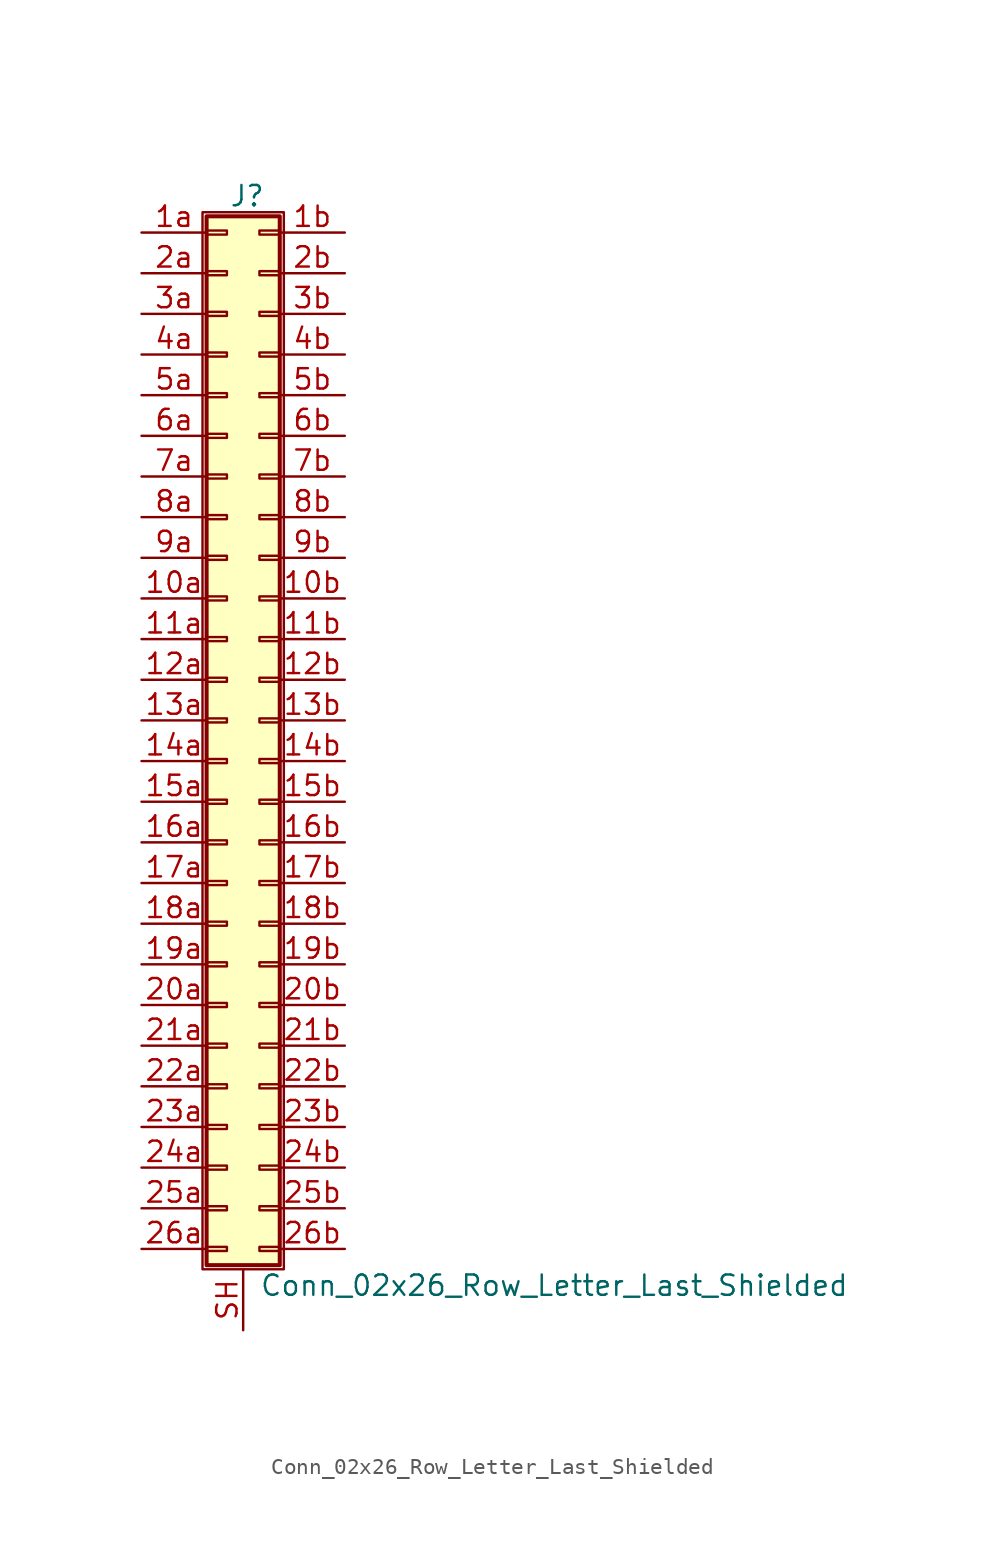
<source format=kicad_sym>
(kicad_symbol_lib
  (version 20201005)
  (generator kicad_symbol_editor)
  (symbol "Connector_Generic_Shielded:Conn_02x26_Row_Letter_Last_Shielded"
    (pin_names
      (offset 1.016) hide)
    (property "Reference" "J"
      (at 1.524 32.766 0)
      (effects (font (size 1.27 1.27))))
    (property "Value" "Conn_02x26_Row_Letter_Last_Shielded"
      (at 2.286 -35.306 0)
      (effects (font (size 1.27 1.27)) (justify left)))
    (symbol "Conn_02x26_Row_Letter_Last_Shielded_1_1"
      (rectangle (start -1.016 -27.813) (end 0.254 -28.067) (stroke (width 0.152)) (fill (type none)))
      (rectangle (start -1.016 -30.353) (end 0.254 -30.607) (stroke (width 0.152)) (fill (type none)))
      (rectangle (start -1.016 -32.893) (end 0.254 -33.147) (stroke (width 0.152)) (fill (type none)))
      (rectangle (start -1.016 -4.953) (end 0.254 -5.207) (stroke (width 0.152)) (fill (type none)))
      (rectangle (start -1.016 -7.493) (end 0.254 -7.747) (stroke (width 0.152)) (fill (type none)))
      (rectangle (start -1.016 -10.033) (end 0.254 -10.287) (stroke (width 0.152)) (fill (type none)))
      (rectangle (start -1.016 -12.573) (end 0.254 -12.827) (stroke (width 0.152)) (fill (type none)))
      (rectangle (start -1.016 -15.113) (end 0.254 -15.367) (stroke (width 0.152)) (fill (type none)))
      (rectangle (start -1.016 -17.653) (end 0.254 -17.907) (stroke (width 0.152)) (fill (type none)))
      (rectangle (start -1.016 -20.193) (end 0.254 -20.447) (stroke (width 0.152)) (fill (type none)))
      (rectangle (start -1.016 -22.733) (end 0.254 -22.987) (stroke (width 0.152)) (fill (type none)))
      (rectangle (start -1.016 -2.413) (end 0.254 -2.667) (stroke (width 0.152)) (fill (type none)))
      (rectangle (start -1.016 -25.273) (end 0.254 -25.527) (stroke (width 0.152)) (fill (type none)))
      (rectangle (start -1.016 25.527) (end 0.254 25.273) (stroke (width 0.152)) (fill (type none)))
      (rectangle (start -1.016 2.667) (end 0.254 2.413) (stroke (width 0.152)) (fill (type none)))
      (rectangle (start -1.016 28.067) (end 0.254 27.813) (stroke (width 0.152)) (fill (type none)))
      (rectangle (start -1.016 30.607) (end 0.254 30.353) (stroke (width 0.152)) (fill (type none)))
      (rectangle (start -1.016 31.496) (end 3.556 -34.036) (stroke (width 0.254)) (fill (type background)))
      (rectangle (start -1.016 5.207) (end 0.254 4.953) (stroke (width 0.152)) (fill (type none)))
      (rectangle (start -1.016 7.747) (end 0.254 7.493) (stroke (width 0.152)) (fill (type none)))
      (rectangle (start -1.016 10.287) (end 0.254 10.033) (stroke (width 0.152)) (fill (type none)))
      (rectangle (start -1.016 0.127) (end 0.254 -0.127) (stroke (width 0.152)) (fill (type none)))
      (rectangle (start -1.016 12.827) (end 0.254 12.573) (stroke (width 0.152)) (fill (type none)))
      (rectangle (start -1.016 15.367) (end 0.254 15.113) (stroke (width 0.152)) (fill (type none)))
      (rectangle (start -1.016 17.907) (end 0.254 17.653) (stroke (width 0.152)) (fill (type none)))
      (rectangle (start -1.016 20.447) (end 0.254 20.193) (stroke (width 0.152)) (fill (type none)))
      (rectangle (start -1.016 22.987) (end 0.254 22.733) (stroke (width 0.152)) (fill (type none)))
      (rectangle (start -1.27 31.75) (end 3.81 -34.29) (stroke (width 0.152)) (fill (type none)))
      (rectangle (start 3.556 -27.813) (end 2.286 -28.067) (stroke (width 0.152)) (fill (type none)))
      (rectangle (start 3.556 -30.353) (end 2.286 -30.607) (stroke (width 0.152)) (fill (type none)))
      (rectangle (start 3.556 -32.893) (end 2.286 -33.147) (stroke (width 0.152)) (fill (type none)))
      (rectangle (start 3.556 -4.953) (end 2.286 -5.207) (stroke (width 0.152)) (fill (type none)))
      (rectangle (start 3.556 -7.493) (end 2.286 -7.747) (stroke (width 0.152)) (fill (type none)))
      (rectangle (start 3.556 -10.033) (end 2.286 -10.287) (stroke (width 0.152)) (fill (type none)))
      (rectangle (start 3.556 -12.573) (end 2.286 -12.827) (stroke (width 0.152)) (fill (type none)))
      (rectangle (start 3.556 -15.113) (end 2.286 -15.367) (stroke (width 0.152)) (fill (type none)))
      (rectangle (start 3.556 -17.653) (end 2.286 -17.907) (stroke (width 0.152)) (fill (type none)))
      (rectangle (start 3.556 -20.193) (end 2.286 -20.447) (stroke (width 0.152)) (fill (type none)))
      (rectangle (start 3.556 -22.733) (end 2.286 -22.987) (stroke (width 0.152)) (fill (type none)))
      (rectangle (start 3.556 -2.413) (end 2.286 -2.667) (stroke (width 0.152)) (fill (type none)))
      (rectangle (start 3.556 -25.273) (end 2.286 -25.527) (stroke (width 0.152)) (fill (type none)))
      (rectangle (start 3.556 25.527) (end 2.286 25.273) (stroke (width 0.152)) (fill (type none)))
      (rectangle (start 3.556 2.667) (end 2.286 2.413) (stroke (width 0.152)) (fill (type none)))
      (rectangle (start 3.556 28.067) (end 2.286 27.813) (stroke (width 0.152)) (fill (type none)))
      (rectangle (start 3.556 30.607) (end 2.286 30.353) (stroke (width 0.152)) (fill (type none)))
      (rectangle (start 3.556 5.207) (end 2.286 4.953) (stroke (width 0.152)) (fill (type none)))
      (rectangle (start 3.556 7.747) (end 2.286 7.493) (stroke (width 0.152)) (fill (type none)))
      (rectangle (start 3.556 10.287) (end 2.286 10.033) (stroke (width 0.152)) (fill (type none)))
      (rectangle (start 3.556 0.127) (end 2.286 -0.127) (stroke (width 0.152)) (fill (type none)))
      (rectangle (start 3.556 12.827) (end 2.286 12.573) (stroke (width 0.152)) (fill (type none)))
      (rectangle (start 3.556 15.367) (end 2.286 15.113) (stroke (width 0.152)) (fill (type none)))
      (rectangle (start 3.556 17.907) (end 2.286 17.653) (stroke (width 0.152)) (fill (type none)))
      (rectangle (start 3.556 20.447) (end 2.286 20.193) (stroke (width 0.152)) (fill (type none)))
      (rectangle (start 3.556 22.987) (end 2.286 22.733) (stroke (width 0.152)) (fill (type none)))
      (pin passive line (at -5.08 7.62 0) (length 4.064) (name "Pin_10a" (effects (font (size 1.27 1.27)))) (number "10a" (effects (font (size 1.27 1.27)))))
      (pin passive line (at 7.62 7.62 180) (length 4.064) (name "Pin_10b" (effects (font (size 1.27 1.27)))) (number "10b" (effects (font (size 1.27 1.27)))))
      (pin passive line (at -5.08 5.08 0) (length 4.064) (name "Pin_11a" (effects (font (size 1.27 1.27)))) (number "11a" (effects (font (size 1.27 1.27)))))
      (pin passive line (at 7.62 5.08 180) (length 4.064) (name "Pin_11b" (effects (font (size 1.27 1.27)))) (number "11b" (effects (font (size 1.27 1.27)))))
      (pin passive line (at -5.08 2.54 0) (length 4.064) (name "Pin_12a" (effects (font (size 1.27 1.27)))) (number "12a" (effects (font (size 1.27 1.27)))))
      (pin passive line (at 7.62 2.54 180) (length 4.064) (name "Pin_12b" (effects (font (size 1.27 1.27)))) (number "12b" (effects (font (size 1.27 1.27)))))
      (pin passive line (at -5.08 0 0) (length 4.064) (name "Pin_13a" (effects (font (size 1.27 1.27)))) (number "13a" (effects (font (size 1.27 1.27)))))
      (pin passive line (at 7.62 0 180) (length 4.064) (name "Pin_13b" (effects (font (size 1.27 1.27)))) (number "13b" (effects (font (size 1.27 1.27)))))
      (pin passive line (at -5.08 -2.54 0) (length 4.064) (name "Pin_14a" (effects (font (size 1.27 1.27)))) (number "14a" (effects (font (size 1.27 1.27)))))
      (pin passive line (at 7.62 -2.54 180) (length 4.064) (name "Pin_14b" (effects (font (size 1.27 1.27)))) (number "14b" (effects (font (size 1.27 1.27)))))
      (pin passive line (at -5.08 -5.08 0) (length 4.064) (name "Pin_15a" (effects (font (size 1.27 1.27)))) (number "15a" (effects (font (size 1.27 1.27)))))
      (pin passive line (at 7.62 -5.08 180) (length 4.064) (name "Pin_15b" (effects (font (size 1.27 1.27)))) (number "15b" (effects (font (size 1.27 1.27)))))
      (pin passive line (at -5.08 -7.62 0) (length 4.064) (name "Pin_16a" (effects (font (size 1.27 1.27)))) (number "16a" (effects (font (size 1.27 1.27)))))
      (pin passive line (at 7.62 -7.62 180) (length 4.064) (name "Pin_16b" (effects (font (size 1.27 1.27)))) (number "16b" (effects (font (size 1.27 1.27)))))
      (pin passive line (at -5.08 -10.16 0) (length 4.064) (name "Pin_17a" (effects (font (size 1.27 1.27)))) (number "17a" (effects (font (size 1.27 1.27)))))
      (pin passive line (at 7.62 -10.16 180) (length 4.064) (name "Pin_17b" (effects (font (size 1.27 1.27)))) (number "17b" (effects (font (size 1.27 1.27)))))
      (pin passive line (at -5.08 -12.7 0) (length 4.064) (name "Pin_18a" (effects (font (size 1.27 1.27)))) (number "18a" (effects (font (size 1.27 1.27)))))
      (pin passive line (at 7.62 -12.7 180) (length 4.064) (name "Pin_18b" (effects (font (size 1.27 1.27)))) (number "18b" (effects (font (size 1.27 1.27)))))
      (pin passive line (at -5.08 -15.24 0) (length 4.064) (name "Pin_19a" (effects (font (size 1.27 1.27)))) (number "19a" (effects (font (size 1.27 1.27)))))
      (pin passive line (at 7.62 -15.24 180) (length 4.064) (name "Pin_19b" (effects (font (size 1.27 1.27)))) (number "19b" (effects (font (size 1.27 1.27)))))
      (pin passive line (at -5.08 30.48 0) (length 4.064) (name "Pin_1a" (effects (font (size 1.27 1.27)))) (number "1a" (effects (font (size 1.27 1.27)))))
      (pin passive line (at 7.62 30.48 180) (length 4.064) (name "Pin_1b" (effects (font (size 1.27 1.27)))) (number "1b" (effects (font (size 1.27 1.27)))))
      (pin passive line (at -5.08 -17.78 0) (length 4.064) (name "Pin_20a" (effects (font (size 1.27 1.27)))) (number "20a" (effects (font (size 1.27 1.27)))))
      (pin passive line (at 7.62 -17.78 180) (length 4.064) (name "Pin_20b" (effects (font (size 1.27 1.27)))) (number "20b" (effects (font (size 1.27 1.27)))))
      (pin passive line (at -5.08 -20.32 0) (length 4.064) (name "Pin_21a" (effects (font (size 1.27 1.27)))) (number "21a" (effects (font (size 1.27 1.27)))))
      (pin passive line (at 7.62 -20.32 180) (length 4.064) (name "Pin_21b" (effects (font (size 1.27 1.27)))) (number "21b" (effects (font (size 1.27 1.27)))))
      (pin passive line (at -5.08 -22.86 0) (length 4.064) (name "Pin_22a" (effects (font (size 1.27 1.27)))) (number "22a" (effects (font (size 1.27 1.27)))))
      (pin passive line (at 7.62 -22.86 180) (length 4.064) (name "Pin_22b" (effects (font (size 1.27 1.27)))) (number "22b" (effects (font (size 1.27 1.27)))))
      (pin passive line (at -5.08 -25.4 0) (length 4.064) (name "Pin_23a" (effects (font (size 1.27 1.27)))) (number "23a" (effects (font (size 1.27 1.27)))))
      (pin passive line (at 7.62 -25.4 180) (length 4.064) (name "Pin_23b" (effects (font (size 1.27 1.27)))) (number "23b" (effects (font (size 1.27 1.27)))))
      (pin passive line (at -5.08 -27.94 0) (length 4.064) (name "Pin_24a" (effects (font (size 1.27 1.27)))) (number "24a" (effects (font (size 1.27 1.27)))))
      (pin passive line (at 7.62 -27.94 180) (length 4.064) (name "Pin_24b" (effects (font (size 1.27 1.27)))) (number "24b" (effects (font (size 1.27 1.27)))))
      (pin passive line (at -5.08 -30.48 0) (length 4.064) (name "Pin_25a" (effects (font (size 1.27 1.27)))) (number "25a" (effects (font (size 1.27 1.27)))))
      (pin passive line (at 7.62 -30.48 180) (length 4.064) (name "Pin_25b" (effects (font (size 1.27 1.27)))) (number "25b" (effects (font (size 1.27 1.27)))))
      (pin passive line (at -5.08 -33.02 0) (length 4.064) (name "Pin_26a" (effects (font (size 1.27 1.27)))) (number "26a" (effects (font (size 1.27 1.27)))))
      (pin passive line (at 7.62 -33.02 180) (length 4.064) (name "Pin_26b" (effects (font (size 1.27 1.27)))) (number "26b" (effects (font (size 1.27 1.27)))))
      (pin passive line (at -5.08 27.94 0) (length 4.064) (name "Pin_2a" (effects (font (size 1.27 1.27)))) (number "2a" (effects (font (size 1.27 1.27)))))
      (pin passive line (at 7.62 27.94 180) (length 4.064) (name "Pin_2b" (effects (font (size 1.27 1.27)))) (number "2b" (effects (font (size 1.27 1.27)))))
      (pin passive line (at -5.08 25.4 0) (length 4.064) (name "Pin_3a" (effects (font (size 1.27 1.27)))) (number "3a" (effects (font (size 1.27 1.27)))))
      (pin passive line (at 7.62 25.4 180) (length 4.064) (name "Pin_3b" (effects (font (size 1.27 1.27)))) (number "3b" (effects (font (size 1.27 1.27)))))
      (pin passive line (at -5.08 22.86 0) (length 4.064) (name "Pin_4a" (effects (font (size 1.27 1.27)))) (number "4a" (effects (font (size 1.27 1.27)))))
      (pin passive line (at 7.62 22.86 180) (length 4.064) (name "Pin_4b" (effects (font (size 1.27 1.27)))) (number "4b" (effects (font (size 1.27 1.27)))))
      (pin passive line (at -5.08 20.32 0) (length 4.064) (name "Pin_5a" (effects (font (size 1.27 1.27)))) (number "5a" (effects (font (size 1.27 1.27)))))
      (pin passive line (at 7.62 20.32 180) (length 4.064) (name "Pin_5b" (effects (font (size 1.27 1.27)))) (number "5b" (effects (font (size 1.27 1.27)))))
      (pin passive line (at -5.08 17.78 0) (length 4.064) (name "Pin_6a" (effects (font (size 1.27 1.27)))) (number "6a" (effects (font (size 1.27 1.27)))))
      (pin passive line (at 7.62 17.78 180) (length 4.064) (name "Pin_6b" (effects (font (size 1.27 1.27)))) (number "6b" (effects (font (size 1.27 1.27)))))
      (pin passive line (at -5.08 15.24 0) (length 4.064) (name "Pin_7a" (effects (font (size 1.27 1.27)))) (number "7a" (effects (font (size 1.27 1.27)))))
      (pin passive line (at 7.62 15.24 180) (length 4.064) (name "Pin_7b" (effects (font (size 1.27 1.27)))) (number "7b" (effects (font (size 1.27 1.27)))))
      (pin passive line (at -5.08 12.7 0) (length 4.064) (name "Pin_8a" (effects (font (size 1.27 1.27)))) (number "8a" (effects (font (size 1.27 1.27)))))
      (pin passive line (at 7.62 12.7 180) (length 4.064) (name "Pin_8b" (effects (font (size 1.27 1.27)))) (number "8b" (effects (font (size 1.27 1.27)))))
      (pin passive line (at -5.08 10.16 0) (length 4.064) (name "Pin_9a" (effects (font (size 1.27 1.27)))) (number "9a" (effects (font (size 1.27 1.27)))))
      (pin passive line (at 7.62 10.16 180) (length 4.064) (name "Pin_9b" (effects (font (size 1.27 1.27)))) (number "9b" (effects (font (size 1.27 1.27)))))
      (pin passive line (at 1.27 -38.1 90) (length 3.81) (name "Shield" (effects (font (size 1.27 1.27)))) (number "SH" (effects (font (size 1.27 1.27))))))))
</source>
